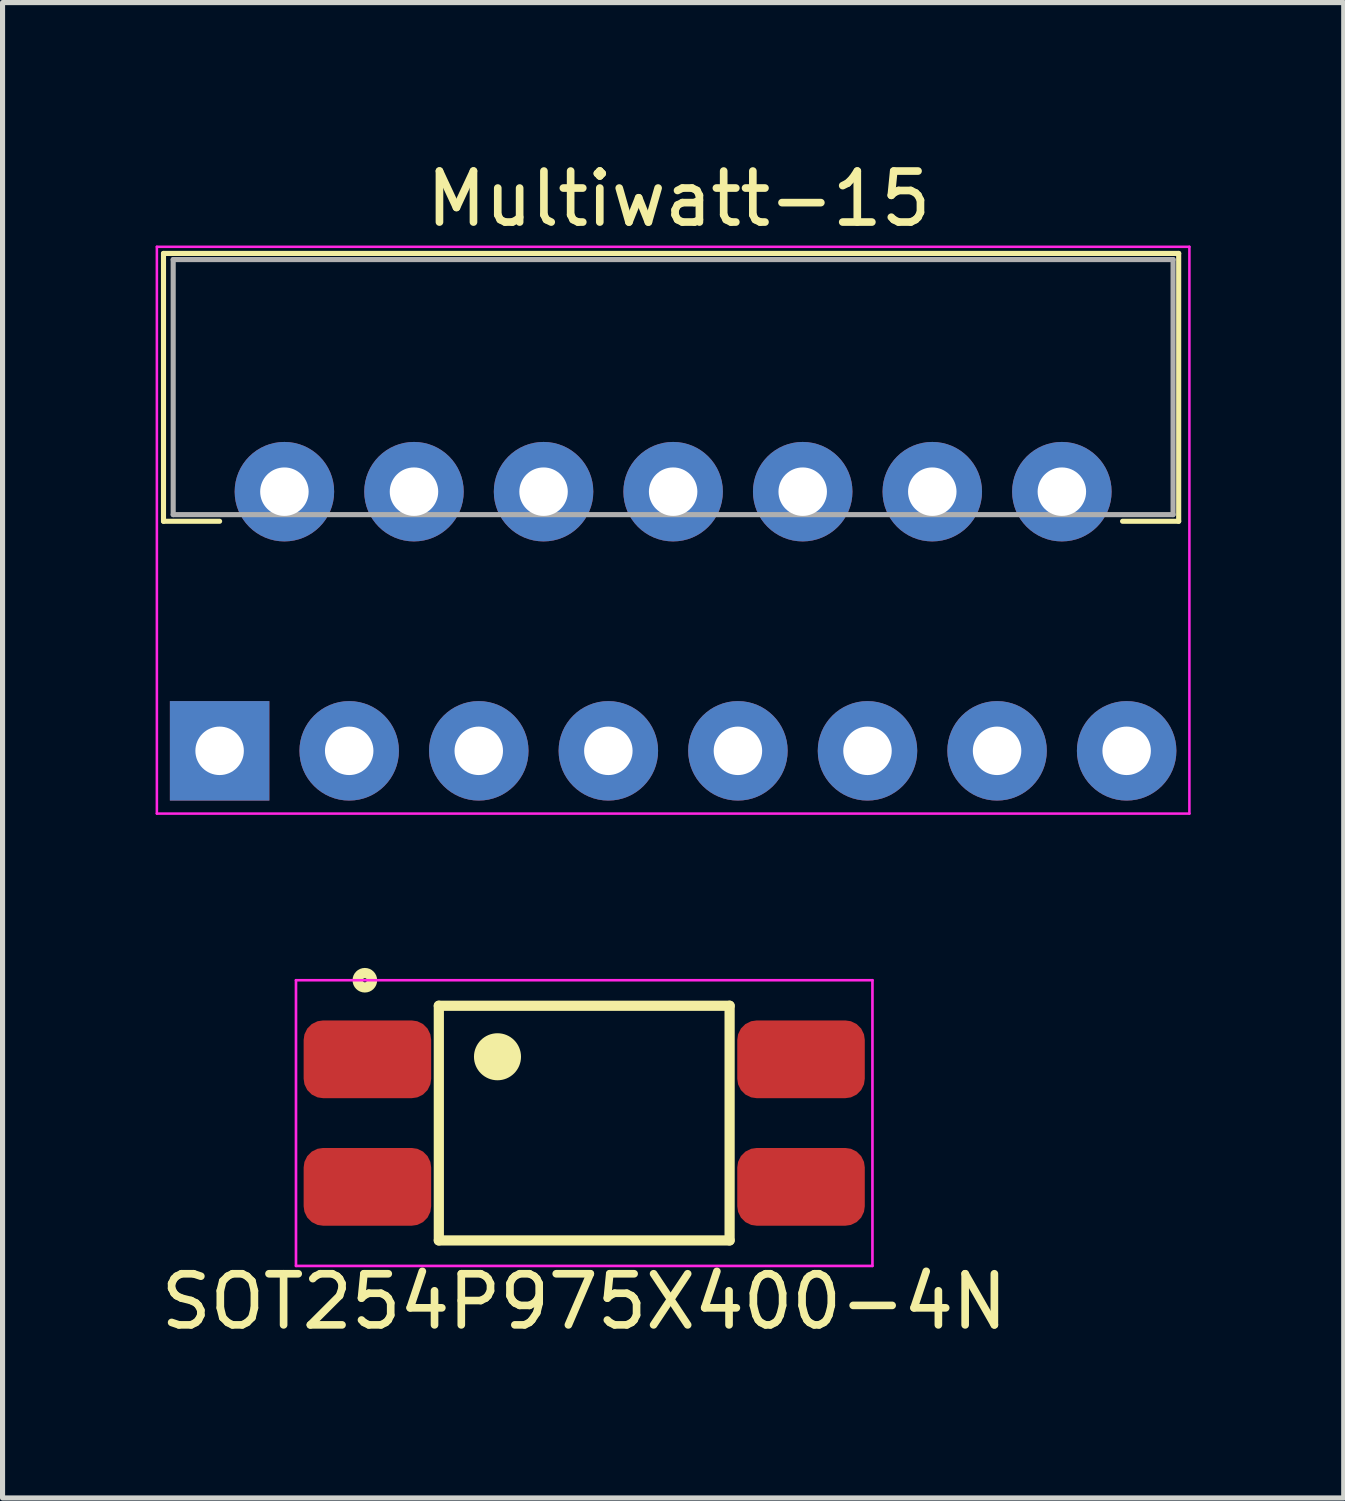
<source format=kicad_pcb>
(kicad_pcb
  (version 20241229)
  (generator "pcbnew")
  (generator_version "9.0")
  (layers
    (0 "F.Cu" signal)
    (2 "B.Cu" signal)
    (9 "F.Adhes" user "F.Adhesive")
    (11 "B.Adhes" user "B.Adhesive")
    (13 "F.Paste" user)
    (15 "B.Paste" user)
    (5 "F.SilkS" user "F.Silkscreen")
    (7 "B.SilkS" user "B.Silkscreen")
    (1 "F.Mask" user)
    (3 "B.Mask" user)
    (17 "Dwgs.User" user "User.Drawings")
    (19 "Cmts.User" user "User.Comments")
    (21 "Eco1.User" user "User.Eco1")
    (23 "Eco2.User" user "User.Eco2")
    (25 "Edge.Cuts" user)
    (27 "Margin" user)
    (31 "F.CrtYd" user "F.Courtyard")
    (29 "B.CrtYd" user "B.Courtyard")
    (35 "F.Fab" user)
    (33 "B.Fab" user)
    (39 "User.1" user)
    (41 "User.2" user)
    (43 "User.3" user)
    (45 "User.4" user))
  (footprint "Multiwatt-15"
    (layer "F.Cu")
    (at 10.145 9.338)
    (property "Reference" "Multiwatt-15" (at 0.11 -8.49 0) (layer "F.SilkS") (effects (font (size 1 1) (thickness 0.15))))
    (attr through_hole)
    (fp_line (start -9.99 -7.42) (end -9.99 -2.17) (stroke (width 0.1) (type default)) (layer "F.SilkS"))
    (fp_line (start -9.99 -7.42) (end 9.91 -7.42) (stroke (width 0.1) (type default)) (layer "F.SilkS"))
    (fp_line (start -9.99 -2.17) (end -8.89 -2.17) (stroke (width 0.1) (type default)) (layer "F.SilkS"))
    (fp_line (start 8.81 -2.17) (end 9.91 -2.17) (stroke (width 0.1) (type default)) (layer "F.SilkS"))
    (fp_line (start 9.91 -7.42) (end 9.91 -2.17) (stroke (width 0.1) (type default)) (layer "F.SilkS"))
    (fp_line (start -10.12 -7.55) (end -10.12 3.56) (stroke (width 0.05) (type solid)) (layer "F.CrtYd"))
    (fp_line (start 10.12 -7.55) (end -10.12 -7.55) (stroke (width 0.05) (type solid)) (layer "F.CrtYd"))
    (fp_line (start 10.12 3.56) (end -10.12 3.56) (stroke (width 0.05) (type solid)) (layer "F.CrtYd"))
    (fp_line (start 10.12 3.56) (end 10.12 -7.55) (stroke (width 0.05) (type solid)) (layer "F.CrtYd"))
    (fp_line (start -9.8 -7.3) (end -9.8 -2.3) (stroke (width 0.1) (type solid)) (layer "F.Fab"))
    (fp_line (start -9.8 -7.3) (end 9.8 -7.3) (stroke (width 0.1) (type solid)) (layer "F.Fab"))
    (fp_line (start -9.8 -2.3) (end 9.8 -2.3) (stroke (width 0.1) (type solid)) (layer "F.Fab"))
    (fp_line (start 9.8 -7.3) (end 9.8 -2.3) (stroke (width 0.1) (type solid)) (layer "F.Fab"))
    (pad "1" thru_hole rect (at -8.89 2.33) (size 1.95 1.95) (drill 0.95) (layers "*.Cu" "*.Mask"))
    (pad "2" thru_hole circle (at -7.62 -2.75) (size 1.95 1.95) (drill 0.95) (layers "*.Cu" "*.Mask"))
    (pad "3" thru_hole circle (at -6.35 2.33) (size 1.95 1.95) (drill 0.95) (layers "*.Cu" "*.Mask"))
    (pad "4" thru_hole circle (at -5.08 -2.75) (size 1.95 1.95) (drill 0.95) (layers "*.Cu" "*.Mask"))
    (pad "5" thru_hole circle (at -3.81 2.33) (size 1.95 1.95) (drill 0.95) (layers "*.Cu" "*.Mask"))
    (pad "6" thru_hole circle (at -2.54 -2.75) (size 1.95 1.95) (drill 0.95) (layers "*.Cu" "*.Mask"))
    (pad "7" thru_hole circle (at -1.27 2.33) (size 1.95 1.95) (drill 0.95) (layers "*.Cu" "*.Mask"))
    (pad "8" thru_hole circle (at 0 -2.75) (size 1.95 1.95) (drill 0.95) (layers "*.Cu" "*.Mask"))
    (pad "9" thru_hole circle (at 1.27 2.33) (size 1.95 1.95) (drill 0.95) (layers "*.Cu" "*.Mask"))
    (pad "10" thru_hole circle (at 2.54 -2.75) (size 1.95 1.95) (drill 0.95) (layers "*.Cu" "*.Mask"))
    (pad "11" thru_hole circle (at 3.81 2.33) (size 1.95 1.95) (drill 0.95) (layers "*.Cu" "*.Mask"))
    (pad "12" thru_hole circle (at 5.08 -2.75) (size 1.95 1.95) (drill 0.95) (layers "*.Cu" "*.Mask"))
    (pad "13" thru_hole circle (at 6.35 2.33) (size 1.95 1.95) (drill 0.95) (layers "*.Cu" "*.Mask"))
    (pad "14" thru_hole circle (at 7.62 -2.75) (size 1.95 1.95) (drill 0.95) (layers "*.Cu" "*.Mask"))
    (pad "15" thru_hole circle (at 8.89 2.33) (size 1.95 1.95) (drill 0.95) (layers "*.Cu" "*.Mask")))
  (footprint "SOT254P975X400-4N"
    (layer "F.Cu")
    (at 8.402 18.965)
    (property "Reference" "SOT254P975X400-4N" (at 0 3.5 0) (layer "F.SilkS") (effects (font (size 1.002 1.002) (thickness 0.15))))
    (attr smd)
    (fp_line (start -2.85 -2.3) (end 2.85 -2.3) (stroke (width 0.2) (type solid)) (layer "F.SilkS"))
    (fp_line (start -2.85 2.3) (end -2.85 -2.3) (stroke (width 0.2) (type solid)) (layer "F.SilkS"))
    (fp_line (start 2.85 -2.3) (end 2.85 2.3) (stroke (width 0.2) (type solid)) (layer "F.SilkS"))
    (fp_line (start 2.85 2.3) (end -2.85 2.3) (stroke (width 0.2) (type solid)) (layer "F.SilkS"))
    (fp_circle (center -4.3 -2.8) (end -4.159 -2.8) (stroke (width 0.2) (type solid)) (fill no) (layer "F.SilkS"))
    (fp_circle (center -1.7 -1.3) (end -1.339 -1.3) (stroke (width 0.2) (type solid)) (fill no) (layer "F.SilkS"))
    (fp_poly (pts (xy -2.001 -1.6) (xy -1.4 -1.6) (xy -1.4 -1.001) (xy -2.001 -1.001)) (stroke (width 0.01) (type solid)) (fill yes) (layer "F.SilkS"))
    (fp_line (start -5.65 -2.8) (end 5.65 -2.8) (stroke (width 0.052) (type solid)) (layer "F.CrtYd"))
    (fp_line (start -5.65 2.8) (end -5.65 -2.8) (stroke (width 0.052) (type solid)) (layer "F.CrtYd"))
    (fp_line (start 5.65 -2.8) (end 5.65 2.8) (stroke (width 0.052) (type solid)) (layer "F.CrtYd"))
    (fp_line (start 5.65 2.8) (end -5.65 2.8) (stroke (width 0.052) (type solid)) (layer "F.CrtYd"))
    (pad "1" smd roundrect (at -4.25 -1.25) (size 2.5 1.524) (layers "F.Cu" "F.Mask" "F.Paste") (roundrect_rratio 0.25))
    (pad "2" smd roundrect (at -4.25 1.25) (size 2.5 1.524) (layers "F.Cu" "F.Mask" "F.Paste") (roundrect_rratio 0.25))
    (pad "3" smd roundrect (at 4.25 1.25) (size 2.5 1.524) (layers "F.Cu" "F.Mask" "F.Paste") (roundrect_rratio 0.25))
    (pad "4" smd roundrect (at 4.25 -1.25) (size 2.5 1.524) (layers "F.Cu" "F.Mask" "F.Paste") (roundrect_rratio 0.25)))
  (gr_rect
    (start -3 -3)
    (end 23.29 26.314)
    (stroke (width 0.1) (type default))
    (fill no)
    (layer "Edge.Cuts")))
</source>
